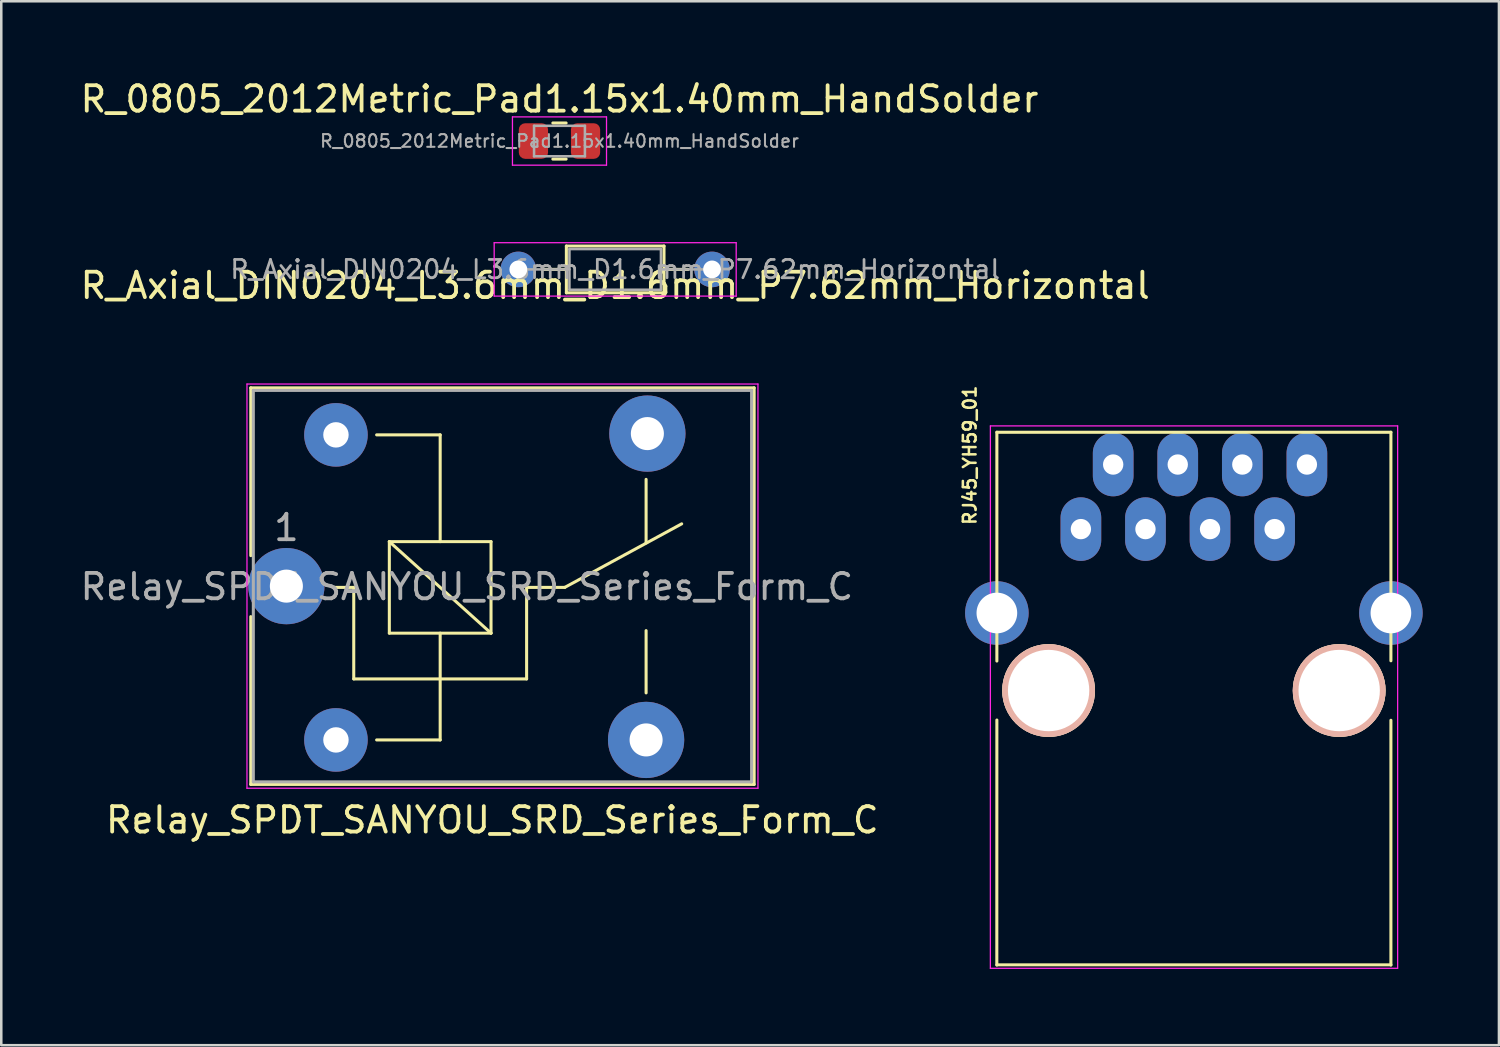
<source format=kicad_pcb>
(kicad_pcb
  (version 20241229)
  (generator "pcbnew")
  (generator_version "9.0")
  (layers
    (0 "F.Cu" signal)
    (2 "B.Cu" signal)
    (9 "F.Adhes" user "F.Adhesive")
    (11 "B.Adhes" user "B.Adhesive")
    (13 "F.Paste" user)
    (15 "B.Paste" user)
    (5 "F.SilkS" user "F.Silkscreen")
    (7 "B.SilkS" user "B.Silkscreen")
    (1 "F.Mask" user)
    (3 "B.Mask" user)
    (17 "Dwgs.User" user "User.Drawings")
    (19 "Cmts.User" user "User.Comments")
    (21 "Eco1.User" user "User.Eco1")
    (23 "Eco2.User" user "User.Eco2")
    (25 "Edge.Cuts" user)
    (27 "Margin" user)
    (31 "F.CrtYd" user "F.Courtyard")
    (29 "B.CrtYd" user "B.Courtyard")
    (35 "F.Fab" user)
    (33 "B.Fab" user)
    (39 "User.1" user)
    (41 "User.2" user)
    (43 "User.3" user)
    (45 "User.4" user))
  (footprint "R_0805_2012Metric_Pad1.15x1.40mm_HandSolder"
    (layer "F.Cu")
    (at 18.958 2.498)
    (property "Reference" "R_0805_2012Metric_Pad1.15x1.40mm_HandSolder" (at 0 -1.65 180) (layer "F.SilkS") (effects (font (size 1 1) (thickness 0.15))))
    (attr smd)
    (fp_line (start -0.261 -0.71) (end 0.261 -0.71) (stroke (width 0.12) (type solid)) (layer "F.SilkS"))
    (fp_line (start -0.261 0.71) (end 0.261 0.71) (stroke (width 0.12) (type solid)) (layer "F.SilkS"))
    (fp_line (start -1.85 -0.95) (end 1.85 -0.95) (stroke (width 0.05) (type solid)) (layer "F.CrtYd"))
    (fp_line (start -1.85 0.95) (end -1.85 -0.95) (stroke (width 0.05) (type solid)) (layer "F.CrtYd"))
    (fp_line (start 1.85 -0.95) (end 1.85 0.95) (stroke (width 0.05) (type solid)) (layer "F.CrtYd"))
    (fp_line (start 1.85 0.95) (end -1.85 0.95) (stroke (width 0.05) (type solid)) (layer "F.CrtYd"))
    (fp_line (start -1 -0.6) (end 1 -0.6) (stroke (width 0.1) (type solid)) (layer "F.Fab"))
    (fp_line (start -1 0.6) (end -1 -0.6) (stroke (width 0.1) (type solid)) (layer "F.Fab"))
    (fp_line (start 1 -0.6) (end 1 0.6) (stroke (width 0.1) (type solid)) (layer "F.Fab"))
    (fp_line (start 1 0.6) (end -1 0.6) (stroke (width 0.1) (type solid)) (layer "F.Fab"))
    (fp_text user "${REFERENCE}" (at 0 0 180) (layer "F.Fab") (effects (font (size 0.5 0.5) (thickness 0.08))))
    (pad "1" smd roundrect (at -1.025 0) (size 1.15 1.4) (layers "F.Cu" "F.Mask" "F.Paste") (roundrect_rratio 0.217))
    (pad "2" smd roundrect (at 1.025 0) (size 1.15 1.4) (layers "F.Cu" "F.Mask" "F.Paste") (roundrect_rratio 0.217)))
  (footprint "Relay_SPDT_SANYOU_SRD_Series_Form_C"
    (layer "F.Cu")
    (at 8.215 20.006)
    (property "Reference" "Relay_SPDT_SANYOU_SRD_Series_Form_C" (at 8.1 9.2 0) (layer "F.SilkS") (effects (font (size 1 1) (thickness 0.15))))
    (attr through_hole)
    (fp_line (start -1.4 -7.8) (end -1.4 -1.2) (stroke (width 0.12) (type solid)) (layer "F.SilkS"))
    (fp_line (start -1.4 -7.8) (end 18.4 -7.8) (stroke (width 0.12) (type solid)) (layer "F.SilkS"))
    (fp_line (start -1.4 1.2) (end -1.4 7.8) (stroke (width 0.12) (type solid)) (layer "F.SilkS"))
    (fp_line (start 2.65 0.05) (end 1.85 0.05) (stroke (width 0.12) (type solid)) (layer "F.SilkS"))
    (fp_line (start 2.65 0.05) (end 2.65 3.65) (stroke (width 0.12) (type solid)) (layer "F.SilkS"))
    (fp_line (start 3.55 6.05) (end 6.05 6.05) (stroke (width 0.12) (type solid)) (layer "F.SilkS"))
    (fp_line (start 4.05 -1.75) (end 8.05 -1.75) (stroke (width 0.12) (type solid)) (layer "F.SilkS"))
    (fp_line (start 4.05 1.85) (end 4.05 -1.75) (stroke (width 0.12) (type solid)) (layer "F.SilkS"))
    (fp_line (start 6.05 -5.95) (end 3.55 -5.95) (stroke (width 0.12) (type solid)) (layer "F.SilkS"))
    (fp_line (start 6.05 -5.95) (end 6.05 -1.75) (stroke (width 0.12) (type solid)) (layer "F.SilkS"))
    (fp_line (start 6.05 1.85) (end 6.05 6.05) (stroke (width 0.12) (type solid)) (layer "F.SilkS"))
    (fp_line (start 8.05 -1.75) (end 8.05 1.85) (stroke (width 0.12) (type solid)) (layer "F.SilkS"))
    (fp_line (start 8.05 1.85) (end 4.05 -1.75) (stroke (width 0.12) (type solid)) (layer "F.SilkS"))
    (fp_line (start 8.05 1.85) (end 4.05 1.85) (stroke (width 0.12) (type solid)) (layer "F.SilkS"))
    (fp_line (start 9.45 0.05) (end 9.45 3.65) (stroke (width 0.12) (type solid)) (layer "F.SilkS"))
    (fp_line (start 9.45 0.05) (end 10.95 0.05) (stroke (width 0.12) (type solid)) (layer "F.SilkS"))
    (fp_line (start 9.45 3.65) (end 2.65 3.65) (stroke (width 0.12) (type solid)) (layer "F.SilkS"))
    (fp_line (start 10.95 0.05) (end 15.55 -2.45) (stroke (width 0.12) (type solid)) (layer "F.SilkS"))
    (fp_line (start 14.15 -4.2) (end 14.15 -1.7) (stroke (width 0.12) (type solid)) (layer "F.SilkS"))
    (fp_line (start 14.15 4.2) (end 14.15 1.75) (stroke (width 0.12) (type solid)) (layer "F.SilkS"))
    (fp_line (start 18.4 -7.8) (end 18.4 7.8) (stroke (width 0.12) (type solid)) (layer "F.SilkS"))
    (fp_line (start 18.4 7.8) (end -1.4 7.8) (stroke (width 0.12) (type solid)) (layer "F.SilkS"))
    (fp_line (start -1.55 7.95) (end -1.55 -7.95) (stroke (width 0.05) (type solid)) (layer "F.CrtYd"))
    (fp_line (start -1.55 7.95) (end 18.55 7.95) (stroke (width 0.05) (type solid)) (layer "F.CrtYd"))
    (fp_line (start 18.55 -7.95) (end -1.55 -7.95) (stroke (width 0.05) (type solid)) (layer "F.CrtYd"))
    (fp_line (start 18.55 -7.95) (end 18.55 7.95) (stroke (width 0.05) (type solid)) (layer "F.CrtYd"))
    (fp_line (start -1.3 -7.7) (end 18.3 -7.7) (stroke (width 0.12) (type solid)) (layer "F.Fab"))
    (fp_line (start -1.3 7.7) (end -1.3 -7.7) (stroke (width 0.12) (type solid)) (layer "F.Fab"))
    (fp_line (start 18.3 -7.7) (end 18.3 7.7) (stroke (width 0.12) (type solid)) (layer "F.Fab"))
    (fp_line (start 18.3 7.7) (end -1.3 7.7) (stroke (width 0.12) (type solid)) (layer "F.Fab"))
    (fp_text user "${REFERENCE}" (at 7.1 0.025 0) (layer "F.Fab") (effects (font (size 1 1) (thickness 0.15))))
    (fp_text user "1" (at 0 -2.3 0) (layer "F.Fab") (effects (font (size 1 1) (thickness 0.15))))
    (pad "1" thru_hole circle (at 0 0 90) (size 3 3) (drill 1.3) (layers "*.Cu" "*.Mask"))
    (pad "2" thru_hole circle (at 1.95 6.05 90) (size 2.5 2.5) (drill 1) (layers "*.Cu" "*.Mask"))
    (pad "3" thru_hole circle (at 14.15 6.05 90) (size 3 3) (drill 1.3) (layers "*.Cu" "*.Mask"))
    (pad "4" thru_hole circle (at 14.2 -6 90) (size 3 3) (drill 1.3) (layers "*.Cu" "*.Mask"))
    (pad "5" thru_hole circle (at 1.95 -5.95 90) (size 2.5 2.5) (drill 1) (layers "*.Cu" "*.Mask")))
  (footprint "R_Axial_DIN0204_L3.6mm_D1.6mm_P7.62mm_Horizontal"
    (layer "F.Cu")
    (at 17.339 7.548)
    (property "Reference" "R_Axial_DIN0204_L3.6mm_D1.6mm_P7.62mm_Horizontal" (at 3.81 0.635 0) (layer "F.SilkS") (effects (font (size 1 1) (thickness 0.15))))
    (attr through_hole)
    (fp_line (start 0.94 0) (end 1.89 0) (stroke (width 0.12) (type solid)) (layer "F.SilkS"))
    (fp_line (start 1.89 -0.92) (end 1.89 0.92) (stroke (width 0.12) (type solid)) (layer "F.SilkS"))
    (fp_line (start 1.89 0.92) (end 5.73 0.92) (stroke (width 0.12) (type solid)) (layer "F.SilkS"))
    (fp_line (start 5.73 -0.92) (end 1.89 -0.92) (stroke (width 0.12) (type solid)) (layer "F.SilkS"))
    (fp_line (start 5.73 0.92) (end 5.73 -0.92) (stroke (width 0.12) (type solid)) (layer "F.SilkS"))
    (fp_line (start 6.68 0) (end 5.73 0) (stroke (width 0.12) (type solid)) (layer "F.SilkS"))
    (fp_line (start -0.95 -1.05) (end -0.95 1.05) (stroke (width 0.05) (type solid)) (layer "F.CrtYd"))
    (fp_line (start -0.95 1.05) (end 8.57 1.05) (stroke (width 0.05) (type solid)) (layer "F.CrtYd"))
    (fp_line (start 8.57 -1.05) (end -0.95 -1.05) (stroke (width 0.05) (type solid)) (layer "F.CrtYd"))
    (fp_line (start 8.57 1.05) (end 8.57 -1.05) (stroke (width 0.05) (type solid)) (layer "F.CrtYd"))
    (fp_line (start 0 0) (end 2.01 0) (stroke (width 0.1) (type solid)) (layer "F.Fab"))
    (fp_line (start 2.01 -0.8) (end 2.01 0.8) (stroke (width 0.1) (type solid)) (layer "F.Fab"))
    (fp_line (start 2.01 0.8) (end 5.61 0.8) (stroke (width 0.1) (type solid)) (layer "F.Fab"))
    (fp_line (start 5.61 -0.8) (end 2.01 -0.8) (stroke (width 0.1) (type solid)) (layer "F.Fab"))
    (fp_line (start 5.61 0.8) (end 5.61 -0.8) (stroke (width 0.1) (type solid)) (layer "F.Fab"))
    (fp_line (start 7.62 0) (end 5.61 0) (stroke (width 0.1) (type solid)) (layer "F.Fab"))
    (fp_text user "${REFERENCE}" (at 3.81 0 0) (layer "F.Fab") (effects (font (size 0.72 0.72) (thickness 0.108))))
    (pad "1" thru_hole circle (at 0 0) (size 1.4 1.4) (drill 0.7) (layers "*.Cu" "*.Mask"))
    (pad "2......" thru_hole oval (at 7.62 0) (size 1.4 1.4) (drill 0.7) (layers "*.Cu" "*.Mask")))
  (footprint "RJ45_YH59_01"
    (layer "F.Cu")
    (at 39.463 17.767)
    (property "Reference" "RJ45_YH59_01" (at -4.364 -2.91 90) (layer "F.SilkS") (effects (font (size 0.5 0.5) (thickness 0.1))))
    (attr through_hole)
    (fp_line (start -3.3 -3.814) (end -3.3 5.186) (stroke (width 0.12) (type solid)) (layer "F.SilkS"))
    (fp_line (start -3.3 7.506) (end -3.302 17.145) (stroke (width 0.12) (type solid)) (layer "F.SilkS"))
    (fp_line (start -3.3 17.136) (end 12.2 17.136) (stroke (width 0.12) (type solid)) (layer "F.SilkS"))
    (fp_line (start 12.2 -3.814) (end -3.3 -3.814) (stroke (width 0.12) (type solid)) (layer "F.SilkS"))
    (fp_line (start 12.2 -3.814) (end 12.2 5.176) (stroke (width 0.12) (type solid)) (layer "F.SilkS"))
    (fp_line (start 12.2 7.516) (end 12.2 17.145) (stroke (width 0.12) (type solid)) (layer "F.SilkS"))
    (fp_line (start -3.555 -4.064) (end -3.556 17.272) (stroke (width 0.05) (type solid)) (layer "F.CrtYd"))
    (fp_line (start -3.555 -4.064) (end 12.465 -4.064) (stroke (width 0.05) (type solid)) (layer "F.CrtYd"))
    (fp_line (start 12.464 17.272) (end -3.556 17.272) (stroke (width 0.05) (type solid)) (layer "F.CrtYd"))
    (fp_line (start 12.465 17.272) (end 12.465 -4.064) (stroke (width 0.05) (type solid)) (layer "F.CrtYd"))
    (pad "" np_thru_hole circle (at -1.265 6.346) (size 3.65 3.65) (drill 3.2) (layers "*.Cu" "*.SilkS" "*.Mask"))
    (pad "" np_thru_hole circle (at 10.165 6.346) (size 3.65 3.65) (drill 3.2) (layers "*.Cu" "*.SilkS" "*.Mask"))
    (pad "1" thru_hole oval (at 0.005 -0.004) (size 1.6 2.5) (drill 0.8) (layers "*.Cu" "*.Mask"))
    (pad "2" thru_hole oval (at 1.275 -2.544) (size 1.6 2.5) (drill 0.8) (layers "*.Cu" "*.Mask"))
    (pad "3" thru_hole oval (at 2.545 -0.004) (size 1.6 2.5) (drill 0.8) (layers "*.Cu" "*.Mask"))
    (pad "4" thru_hole oval (at 3.815 -2.544) (size 1.6 2.5) (drill 0.8) (layers "*.Cu" "*.Mask"))
    (pad "5" thru_hole oval (at 5.085 -0.004) (size 1.6 2.5) (drill 0.8) (layers "*.Cu" "*.Mask"))
    (pad "6" thru_hole oval (at 6.355 -2.544) (size 1.6 2.5) (drill 0.8) (layers "*.Cu" "*.Mask"))
    (pad "7" thru_hole oval (at 7.625 -0.004) (size 1.6 2.5) (drill 0.8) (layers "*.Cu" "*.Mask"))
    (pad "8" thru_hole oval (at 8.895 -2.544) (size 1.6 2.5) (drill 0.8) (layers "*.Cu" "*.Mask"))
    (pad "9" thru_hole circle (at -3.3 3.296) (size 2.5 2.5) (drill 1.6) (layers "*.Cu" "*.Mask"))
    (pad "9" thru_hole circle (at 12.2 3.296) (size 2.5 2.5) (drill 1.6) (layers "*.Cu" "*.Mask")))
  (gr_rect
    (start -3 -3)
    (end 55.913 38.064)
    (stroke (width 0.1) (type default))
    (fill no)
    (layer "Edge.Cuts")))
</source>
